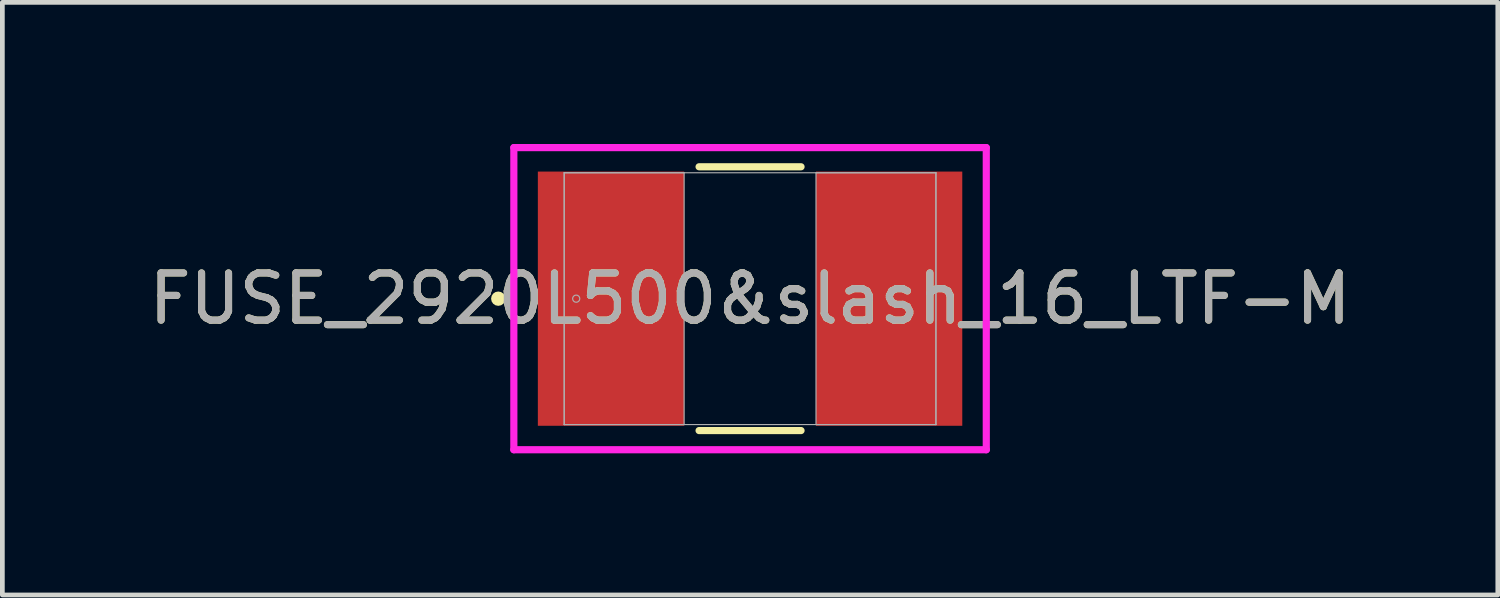
<source format=kicad_pcb>
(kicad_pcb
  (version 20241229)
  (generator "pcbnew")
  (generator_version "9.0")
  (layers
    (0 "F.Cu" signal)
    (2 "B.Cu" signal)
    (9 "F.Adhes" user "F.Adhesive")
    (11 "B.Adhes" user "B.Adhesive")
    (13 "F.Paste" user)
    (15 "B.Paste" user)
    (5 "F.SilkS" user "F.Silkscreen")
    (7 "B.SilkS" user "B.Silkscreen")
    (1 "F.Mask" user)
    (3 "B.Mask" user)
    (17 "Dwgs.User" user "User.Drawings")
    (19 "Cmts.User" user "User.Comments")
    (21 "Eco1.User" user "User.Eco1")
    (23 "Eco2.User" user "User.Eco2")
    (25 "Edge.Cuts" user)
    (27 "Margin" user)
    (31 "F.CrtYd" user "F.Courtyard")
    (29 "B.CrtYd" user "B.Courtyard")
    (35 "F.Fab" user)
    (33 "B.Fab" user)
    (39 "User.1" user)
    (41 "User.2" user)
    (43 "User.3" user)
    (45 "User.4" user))
  (footprint "FUSE_2920L500&slash_16_LTF-M"
    (layer "F.Cu")
    (at 12.839 3.277)
    (property "Reference" "FUSE_2920L500&slash_16_LTF-M" (at 0 0 0) (unlocked yes) (layer "F.SilkS") (effects (font (size 1 1) (thickness 0.15))))
    (attr smd)
    (fp_line (start -1.08 2.794) (end 1.08 2.794) (stroke (width 0.152) (type solid)) (layer "F.SilkS"))
    (fp_line (start 1.08 -2.794) (end -1.08 -2.794) (stroke (width 0.152) (type solid)) (layer "F.SilkS"))
    (fp_circle (center -5.334 0) (end -5.258 0) (stroke (width 0.152) (type solid)) (fill no) (layer "F.SilkS"))
    (fp_line (start -5.004 -3.2) (end 5.004 -3.2) (stroke (width 0.152) (type solid)) (layer "F.CrtYd"))
    (fp_line (start -5.004 3.2) (end -5.004 -3.2) (stroke (width 0.152) (type solid)) (layer "F.CrtYd"))
    (fp_line (start 5.004 -3.2) (end 5.004 3.2) (stroke (width 0.152) (type solid)) (layer "F.CrtYd"))
    (fp_line (start 5.004 3.2) (end -5.004 3.2) (stroke (width 0.152) (type solid)) (layer "F.CrtYd"))
    (fp_line (start -3.937 -2.667) (end -3.937 2.667) (stroke (width 0.025) (type solid)) (layer "F.Fab"))
    (fp_line (start -3.937 -2.667) (end -3.937 2.667) (stroke (width 0.025) (type solid)) (layer "F.Fab"))
    (fp_line (start -3.937 2.667) (end -1.397 2.667) (stroke (width 0.025) (type solid)) (layer "F.Fab"))
    (fp_line (start -3.937 2.667) (end 3.937 2.667) (stroke (width 0.025) (type solid)) (layer "F.Fab"))
    (fp_line (start -1.397 -2.667) (end -3.937 -2.667) (stroke (width 0.025) (type solid)) (layer "F.Fab"))
    (fp_line (start -1.397 2.667) (end -1.397 -2.667) (stroke (width 0.025) (type solid)) (layer "F.Fab"))
    (fp_line (start 1.397 -2.667) (end 1.397 2.667) (stroke (width 0.025) (type solid)) (layer "F.Fab"))
    (fp_line (start 1.397 2.667) (end 3.937 2.667) (stroke (width 0.025) (type solid)) (layer "F.Fab"))
    (fp_line (start 3.937 -2.667) (end -3.937 -2.667) (stroke (width 0.025) (type solid)) (layer "F.Fab"))
    (fp_line (start 3.937 -2.667) (end 1.397 -2.667) (stroke (width 0.025) (type solid)) (layer "F.Fab"))
    (fp_line (start 3.937 2.667) (end 3.937 -2.667) (stroke (width 0.025) (type solid)) (layer "F.Fab"))
    (fp_line (start 3.937 2.667) (end 3.937 -2.667) (stroke (width 0.025) (type solid)) (layer "F.Fab"))
    (fp_circle (center -3.683 0) (end -3.607 0) (stroke (width 0.025) (type solid)) (fill no) (layer "F.Fab"))
    (fp_text user "${REFERENCE}" (at 0 0 0) (unlocked yes) (layer "F.Fab") (effects (font (size 1 1) (thickness 0.15))))
    (pad "1" smd rect (at -2.946 0) (size 3.099 5.385) (layers "F.Cu" "F.Mask" "F.Paste"))
    (pad "2" smd rect (at 2.946 0) (size 3.099 5.385) (layers "F.Cu" "F.Mask" "F.Paste"))
    (zone (net_name "") (layer "F.Cu") (hatch full 0.508) (connect_pads) (min_thickness 0.254) (filled_areas_thickness no) (keepout (tracks not_allowed) (vias not_allowed) (pads allowed) (copperpour not_allowed) (footprints allowed)) (placement (enabled no)) (fill) (polygon (pts (xy 11.493 0.66) (xy 14.185 0.66) (xy 14.185 5.893) (xy 11.493 5.893)))))
  (gr_rect
    (start -3 -3)
    (end 28.679 9.553)
    (stroke (width 0.1) (type default))
    (fill no)
    (layer "Edge.Cuts")))
</source>
